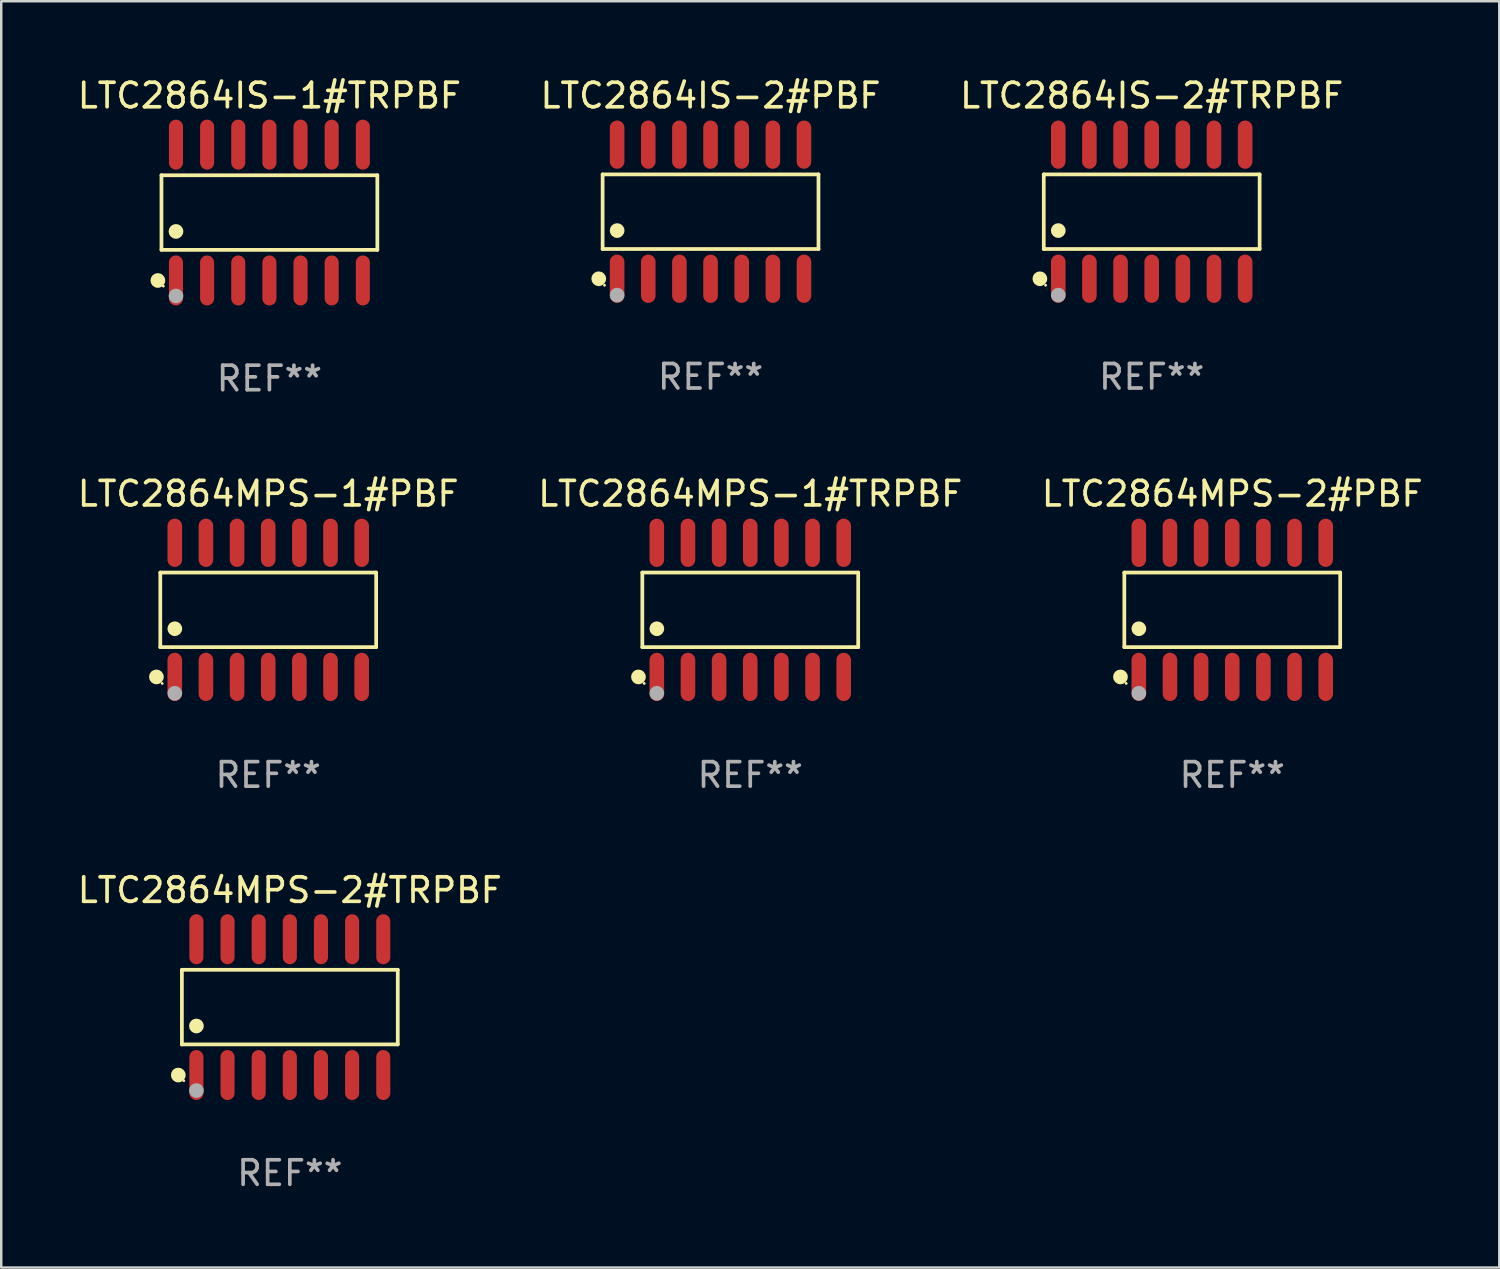
<source format=kicad_pcb>
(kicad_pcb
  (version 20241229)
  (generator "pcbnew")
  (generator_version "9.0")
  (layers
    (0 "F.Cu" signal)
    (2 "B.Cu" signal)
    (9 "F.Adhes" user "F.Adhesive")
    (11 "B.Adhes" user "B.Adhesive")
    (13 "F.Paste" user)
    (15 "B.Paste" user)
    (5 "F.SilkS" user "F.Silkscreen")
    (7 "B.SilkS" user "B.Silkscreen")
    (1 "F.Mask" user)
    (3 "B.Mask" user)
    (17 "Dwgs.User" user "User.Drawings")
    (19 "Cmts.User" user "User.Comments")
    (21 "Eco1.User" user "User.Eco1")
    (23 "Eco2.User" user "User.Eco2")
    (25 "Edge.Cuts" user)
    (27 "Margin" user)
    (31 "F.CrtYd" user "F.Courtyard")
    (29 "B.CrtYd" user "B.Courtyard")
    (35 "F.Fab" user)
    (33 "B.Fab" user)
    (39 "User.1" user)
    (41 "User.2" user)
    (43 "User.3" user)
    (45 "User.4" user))
  (footprint "LTC2864IS-2#PBF"
    (layer "F.Cu")
    (at 25.923 5.582)
    (property "Reference" "LTC2864IS-2#PBF" (at 0 -4.734 0) (layer "F.SilkS") (effects (font (size 1 1) (thickness 0.15))))
    (attr through_hole)
    (fp_line (start -4.401 -1.521) (end 4.401 -1.521) (stroke (width 0.152) (type solid)) (layer "F.SilkS"))
    (fp_line (start -4.401 1.521) (end -4.401 -1.521) (stroke (width 0.152) (type solid)) (layer "F.SilkS"))
    (fp_line (start 4.401 -1.521) (end 4.401 1.521) (stroke (width 0.152) (type solid)) (layer "F.SilkS"))
    (fp_line (start 4.401 1.521) (end -4.401 1.521) (stroke (width 0.152) (type solid)) (layer "F.SilkS"))
    (fp_circle (center -4.56 2.734) (end -4.41 2.734) (stroke (width 0.3) (type solid)) (fill no) (layer "F.SilkS"))
    (fp_circle (center -4.325 3) (end -4.295 3) (stroke (width 0.06) (type solid)) (fill no) (layer "F.SilkS"))
    (fp_circle (center -3.81 0.769) (end -3.66 0.769) (stroke (width 0.3) (type solid)) (fill no) (layer "F.SilkS"))
    (fp_circle (center -3.81 3.4) (end -3.66 3.4) (stroke (width 0.3) (type solid)) (fill no) (layer "F.Fab"))
    (fp_text user "REF**" (at 0 6.734 0) (layer "F.Fab") (effects (font (size 1 1) (thickness 0.15))))
    (pad "1" smd oval (at -3.81 2.734) (size 0.595 1.968) (layers "F.Cu" "F.Mask" "F.Paste"))
    (pad "2" smd oval (at -2.54 2.734) (size 0.595 1.968) (layers "F.Cu" "F.Mask" "F.Paste"))
    (pad "3" smd oval (at -1.27 2.734) (size 0.595 1.968) (layers "F.Cu" "F.Mask" "F.Paste"))
    (pad "4" smd oval (at 0 2.734) (size 0.595 1.968) (layers "F.Cu" "F.Mask" "F.Paste"))
    (pad "5" smd oval (at 1.27 2.734) (size 0.595 1.968) (layers "F.Cu" "F.Mask" "F.Paste"))
    (pad "6" smd oval (at 2.54 2.734) (size 0.595 1.968) (layers "F.Cu" "F.Mask" "F.Paste"))
    (pad "7" smd oval (at 3.81 2.734) (size 0.595 1.968) (layers "F.Cu" "F.Mask" "F.Paste"))
    (pad "8" smd oval (at 3.81 -2.734) (size 0.595 1.968) (layers "F.Cu" "F.Mask" "F.Paste"))
    (pad "9" smd oval (at 2.54 -2.734) (size 0.595 1.968) (layers "F.Cu" "F.Mask" "F.Paste"))
    (pad "10" smd oval (at 1.27 -2.734) (size 0.595 1.968) (layers "F.Cu" "F.Mask" "F.Paste"))
    (pad "11" smd oval (at 0 -2.734) (size 0.595 1.968) (layers "F.Cu" "F.Mask" "F.Paste"))
    (pad "12" smd oval (at -1.27 -2.734) (size 0.595 1.968) (layers "F.Cu" "F.Mask" "F.Paste"))
    (pad "13" smd oval (at -2.54 -2.734) (size 0.595 1.968) (layers "F.Cu" "F.Mask" "F.Paste"))
    (pad "14" smd oval (at -3.81 -2.734) (size 0.595 1.968) (layers "F.Cu" "F.Mask" "F.Paste")))
  (footprint "LTC2864MPS-2#TRPBF"
    (layer "F.Cu")
    (at 8.768 38.016)
    (property "Reference" "LTC2864MPS-2#TRPBF" (at 0 -4.769 0) (layer "F.SilkS") (effects (font (size 1 1) (thickness 0.15))))
    (attr through_hole)
    (fp_line (start -4.401 -1.521) (end 4.401 -1.521) (stroke (width 0.152) (type solid)) (layer "F.SilkS"))
    (fp_line (start -4.401 1.521) (end -4.401 -1.521) (stroke (width 0.152) (type solid)) (layer "F.SilkS"))
    (fp_line (start 4.401 -1.521) (end 4.401 1.521) (stroke (width 0.152) (type solid)) (layer "F.SilkS"))
    (fp_line (start 4.401 1.521) (end -4.401 1.521) (stroke (width 0.152) (type solid)) (layer "F.SilkS"))
    (fp_circle (center -4.549 2.769) (end -4.399 2.769) (stroke (width 0.3) (type solid)) (fill no) (layer "F.SilkS"))
    (fp_circle (center -4.325 3) (end -4.295 3) (stroke (width 0.06) (type solid)) (fill no) (layer "F.SilkS"))
    (fp_circle (center -3.81 0.769) (end -3.66 0.769) (stroke (width 0.3) (type solid)) (fill no) (layer "F.SilkS"))
    (fp_circle (center -3.81 3.4) (end -3.66 3.4) (stroke (width 0.3) (type solid)) (fill no) (layer "F.Fab"))
    (fp_text user "REF**" (at 0 6.769 0) (layer "F.Fab") (effects (font (size 1 1) (thickness 0.15))))
    (pad "1" smd oval (at -3.81 2.769) (size 0.574 2.038) (layers "F.Cu" "F.Mask" "F.Paste"))
    (pad "2" smd oval (at -2.54 2.769) (size 0.574 2.038) (layers "F.Cu" "F.Mask" "F.Paste"))
    (pad "3" smd oval (at -1.27 2.769) (size 0.574 2.038) (layers "F.Cu" "F.Mask" "F.Paste"))
    (pad "4" smd oval (at 0 2.769) (size 0.574 2.038) (layers "F.Cu" "F.Mask" "F.Paste"))
    (pad "5" smd oval (at 1.27 2.769) (size 0.574 2.038) (layers "F.Cu" "F.Mask" "F.Paste"))
    (pad "6" smd oval (at 2.54 2.769) (size 0.574 2.038) (layers "F.Cu" "F.Mask" "F.Paste"))
    (pad "7" smd oval (at 3.81 2.769) (size 0.574 2.038) (layers "F.Cu" "F.Mask" "F.Paste"))
    (pad "8" smd oval (at 3.81 -2.769) (size 0.574 2.038) (layers "F.Cu" "F.Mask" "F.Paste"))
    (pad "9" smd oval (at 2.54 -2.769) (size 0.574 2.038) (layers "F.Cu" "F.Mask" "F.Paste"))
    (pad "10" smd oval (at 1.27 -2.769) (size 0.574 2.038) (layers "F.Cu" "F.Mask" "F.Paste"))
    (pad "11" smd oval (at 0 -2.769) (size 0.574 2.038) (layers "F.Cu" "F.Mask" "F.Paste"))
    (pad "12" smd oval (at -1.27 -2.769) (size 0.574 2.038) (layers "F.Cu" "F.Mask" "F.Paste"))
    (pad "13" smd oval (at -2.54 -2.769) (size 0.574 2.038) (layers "F.Cu" "F.Mask" "F.Paste"))
    (pad "14" smd oval (at -3.81 -2.769) (size 0.574 2.038) (layers "F.Cu" "F.Mask" "F.Paste")))
  (footprint "LTC2864IS-2#TRPBF"
    (layer "F.Cu")
    (at 43.911 5.582)
    (property "Reference" "LTC2864IS-2#TRPBF" (at 0 -4.734 0) (layer "F.SilkS") (effects (font (size 1 1) (thickness 0.15))))
    (attr through_hole)
    (fp_line (start -4.401 -1.521) (end 4.401 -1.521) (stroke (width 0.152) (type solid)) (layer "F.SilkS"))
    (fp_line (start -4.401 1.521) (end -4.401 -1.521) (stroke (width 0.152) (type solid)) (layer "F.SilkS"))
    (fp_line (start 4.401 -1.521) (end 4.401 1.521) (stroke (width 0.152) (type solid)) (layer "F.SilkS"))
    (fp_line (start 4.401 1.521) (end -4.401 1.521) (stroke (width 0.152) (type solid)) (layer "F.SilkS"))
    (fp_circle (center -4.56 2.734) (end -4.41 2.734) (stroke (width 0.3) (type solid)) (fill no) (layer "F.SilkS"))
    (fp_circle (center -4.325 3) (end -4.295 3) (stroke (width 0.06) (type solid)) (fill no) (layer "F.SilkS"))
    (fp_circle (center -3.81 0.769) (end -3.66 0.769) (stroke (width 0.3) (type solid)) (fill no) (layer "F.SilkS"))
    (fp_circle (center -3.81 3.4) (end -3.66 3.4) (stroke (width 0.3) (type solid)) (fill no) (layer "F.Fab"))
    (fp_text user "REF**" (at 0 6.734 0) (layer "F.Fab") (effects (font (size 1 1) (thickness 0.15))))
    (pad "1" smd oval (at -3.81 2.734) (size 0.595 1.968) (layers "F.Cu" "F.Mask" "F.Paste"))
    (pad "2" smd oval (at -2.54 2.734) (size 0.595 1.968) (layers "F.Cu" "F.Mask" "F.Paste"))
    (pad "3" smd oval (at -1.27 2.734) (size 0.595 1.968) (layers "F.Cu" "F.Mask" "F.Paste"))
    (pad "4" smd oval (at 0 2.734) (size 0.595 1.968) (layers "F.Cu" "F.Mask" "F.Paste"))
    (pad "5" smd oval (at 1.27 2.734) (size 0.595 1.968) (layers "F.Cu" "F.Mask" "F.Paste"))
    (pad "6" smd oval (at 2.54 2.734) (size 0.595 1.968) (layers "F.Cu" "F.Mask" "F.Paste"))
    (pad "7" smd oval (at 3.81 2.734) (size 0.595 1.968) (layers "F.Cu" "F.Mask" "F.Paste"))
    (pad "8" smd oval (at 3.81 -2.734) (size 0.595 1.968) (layers "F.Cu" "F.Mask" "F.Paste"))
    (pad "9" smd oval (at 2.54 -2.734) (size 0.595 1.968) (layers "F.Cu" "F.Mask" "F.Paste"))
    (pad "10" smd oval (at 1.27 -2.734) (size 0.595 1.968) (layers "F.Cu" "F.Mask" "F.Paste"))
    (pad "11" smd oval (at 0 -2.734) (size 0.595 1.968) (layers "F.Cu" "F.Mask" "F.Paste"))
    (pad "12" smd oval (at -1.27 -2.734) (size 0.595 1.968) (layers "F.Cu" "F.Mask" "F.Paste"))
    (pad "13" smd oval (at -2.54 -2.734) (size 0.595 1.968) (layers "F.Cu" "F.Mask" "F.Paste"))
    (pad "14" smd oval (at -3.81 -2.734) (size 0.595 1.968) (layers "F.Cu" "F.Mask" "F.Paste")))
  (footprint "LTC2864MPS-1#TRPBF"
    (layer "F.Cu")
    (at 27.542 21.817)
    (property "Reference" "LTC2864MPS-1#TRPBF" (at 0 -4.734 0) (layer "F.SilkS") (effects (font (size 1 1) (thickness 0.15))))
    (attr through_hole)
    (fp_line (start -4.401 -1.521) (end 4.401 -1.521) (stroke (width 0.152) (type solid)) (layer "F.SilkS"))
    (fp_line (start -4.401 1.521) (end -4.401 -1.521) (stroke (width 0.152) (type solid)) (layer "F.SilkS"))
    (fp_line (start 4.401 -1.521) (end 4.401 1.521) (stroke (width 0.152) (type solid)) (layer "F.SilkS"))
    (fp_line (start 4.401 1.521) (end -4.401 1.521) (stroke (width 0.152) (type solid)) (layer "F.SilkS"))
    (fp_circle (center -4.56 2.734) (end -4.41 2.734) (stroke (width 0.3) (type solid)) (fill no) (layer "F.SilkS"))
    (fp_circle (center -4.325 3) (end -4.295 3) (stroke (width 0.06) (type solid)) (fill no) (layer "F.SilkS"))
    (fp_circle (center -3.81 0.769) (end -3.66 0.769) (stroke (width 0.3) (type solid)) (fill no) (layer "F.SilkS"))
    (fp_circle (center -3.81 3.4) (end -3.66 3.4) (stroke (width 0.3) (type solid)) (fill no) (layer "F.Fab"))
    (fp_text user "REF**" (at 0 6.734 0) (layer "F.Fab") (effects (font (size 1 1) (thickness 0.15))))
    (pad "1" smd oval (at -3.81 2.734) (size 0.595 1.968) (layers "F.Cu" "F.Mask" "F.Paste"))
    (pad "2" smd oval (at -2.54 2.734) (size 0.595 1.968) (layers "F.Cu" "F.Mask" "F.Paste"))
    (pad "3" smd oval (at -1.27 2.734) (size 0.595 1.968) (layers "F.Cu" "F.Mask" "F.Paste"))
    (pad "4" smd oval (at 0 2.734) (size 0.595 1.968) (layers "F.Cu" "F.Mask" "F.Paste"))
    (pad "5" smd oval (at 1.27 2.734) (size 0.595 1.968) (layers "F.Cu" "F.Mask" "F.Paste"))
    (pad "6" smd oval (at 2.54 2.734) (size 0.595 1.968) (layers "F.Cu" "F.Mask" "F.Paste"))
    (pad "7" smd oval (at 3.81 2.734) (size 0.595 1.968) (layers "F.Cu" "F.Mask" "F.Paste"))
    (pad "8" smd oval (at 3.81 -2.734) (size 0.595 1.968) (layers "F.Cu" "F.Mask" "F.Paste"))
    (pad "9" smd oval (at 2.54 -2.734) (size 0.595 1.968) (layers "F.Cu" "F.Mask" "F.Paste"))
    (pad "10" smd oval (at 1.27 -2.734) (size 0.595 1.968) (layers "F.Cu" "F.Mask" "F.Paste"))
    (pad "11" smd oval (at 0 -2.734) (size 0.595 1.968) (layers "F.Cu" "F.Mask" "F.Paste"))
    (pad "12" smd oval (at -1.27 -2.734) (size 0.595 1.968) (layers "F.Cu" "F.Mask" "F.Paste"))
    (pad "13" smd oval (at -2.54 -2.734) (size 0.595 1.968) (layers "F.Cu" "F.Mask" "F.Paste"))
    (pad "14" smd oval (at -3.81 -2.734) (size 0.595 1.968) (layers "F.Cu" "F.Mask" "F.Paste")))
  (footprint "LTC2864IS-1#TRPBF"
    (layer "F.Cu")
    (at 7.935 5.617)
    (property "Reference" "LTC2864IS-1#TRPBF" (at 0 -4.769 0) (layer "F.SilkS") (effects (font (size 1 1) (thickness 0.15))))
    (attr through_hole)
    (fp_line (start -4.401 -1.521) (end 4.401 -1.521) (stroke (width 0.152) (type solid)) (layer "F.SilkS"))
    (fp_line (start -4.401 1.521) (end -4.401 -1.521) (stroke (width 0.152) (type solid)) (layer "F.SilkS"))
    (fp_line (start 4.401 -1.521) (end 4.401 1.521) (stroke (width 0.152) (type solid)) (layer "F.SilkS"))
    (fp_line (start 4.401 1.521) (end -4.401 1.521) (stroke (width 0.152) (type solid)) (layer "F.SilkS"))
    (fp_circle (center -4.549 2.769) (end -4.399 2.769) (stroke (width 0.3) (type solid)) (fill no) (layer "F.SilkS"))
    (fp_circle (center -4.325 3) (end -4.295 3) (stroke (width 0.06) (type solid)) (fill no) (layer "F.SilkS"))
    (fp_circle (center -3.81 0.769) (end -3.66 0.769) (stroke (width 0.3) (type solid)) (fill no) (layer "F.SilkS"))
    (fp_circle (center -3.81 3.4) (end -3.66 3.4) (stroke (width 0.3) (type solid)) (fill no) (layer "F.Fab"))
    (fp_text user "REF**" (at 0 6.769 0) (layer "F.Fab") (effects (font (size 1 1) (thickness 0.15))))
    (pad "1" smd oval (at -3.81 2.769) (size 0.574 2.038) (layers "F.Cu" "F.Mask" "F.Paste"))
    (pad "2" smd oval (at -2.54 2.769) (size 0.574 2.038) (layers "F.Cu" "F.Mask" "F.Paste"))
    (pad "3" smd oval (at -1.27 2.769) (size 0.574 2.038) (layers "F.Cu" "F.Mask" "F.Paste"))
    (pad "4" smd oval (at 0 2.769) (size 0.574 2.038) (layers "F.Cu" "F.Mask" "F.Paste"))
    (pad "5" smd oval (at 1.27 2.769) (size 0.574 2.038) (layers "F.Cu" "F.Mask" "F.Paste"))
    (pad "6" smd oval (at 2.54 2.769) (size 0.574 2.038) (layers "F.Cu" "F.Mask" "F.Paste"))
    (pad "7" smd oval (at 3.81 2.769) (size 0.574 2.038) (layers "F.Cu" "F.Mask" "F.Paste"))
    (pad "8" smd oval (at 3.81 -2.769) (size 0.574 2.038) (layers "F.Cu" "F.Mask" "F.Paste"))
    (pad "9" smd oval (at 2.54 -2.769) (size 0.574 2.038) (layers "F.Cu" "F.Mask" "F.Paste"))
    (pad "10" smd oval (at 1.27 -2.769) (size 0.574 2.038) (layers "F.Cu" "F.Mask" "F.Paste"))
    (pad "11" smd oval (at 0 -2.769) (size 0.574 2.038) (layers "F.Cu" "F.Mask" "F.Paste"))
    (pad "12" smd oval (at -1.27 -2.769) (size 0.574 2.038) (layers "F.Cu" "F.Mask" "F.Paste"))
    (pad "13" smd oval (at -2.54 -2.769) (size 0.574 2.038) (layers "F.Cu" "F.Mask" "F.Paste"))
    (pad "14" smd oval (at -3.81 -2.769) (size 0.574 2.038) (layers "F.Cu" "F.Mask" "F.Paste")))
  (footprint "LTC2864MPS-2#PBF"
    (layer "F.Cu")
    (at 47.196 21.817)
    (property "Reference" "LTC2864MPS-2#PBF" (at 0 -4.734 0) (layer "F.SilkS") (effects (font (size 1 1) (thickness 0.15))))
    (attr through_hole)
    (fp_line (start -4.401 -1.521) (end 4.401 -1.521) (stroke (width 0.152) (type solid)) (layer "F.SilkS"))
    (fp_line (start -4.401 1.521) (end -4.401 -1.521) (stroke (width 0.152) (type solid)) (layer "F.SilkS"))
    (fp_line (start 4.401 -1.521) (end 4.401 1.521) (stroke (width 0.152) (type solid)) (layer "F.SilkS"))
    (fp_line (start 4.401 1.521) (end -4.401 1.521) (stroke (width 0.152) (type solid)) (layer "F.SilkS"))
    (fp_circle (center -4.56 2.734) (end -4.41 2.734) (stroke (width 0.3) (type solid)) (fill no) (layer "F.SilkS"))
    (fp_circle (center -4.325 3) (end -4.295 3) (stroke (width 0.06) (type solid)) (fill no) (layer "F.SilkS"))
    (fp_circle (center -3.81 0.769) (end -3.66 0.769) (stroke (width 0.3) (type solid)) (fill no) (layer "F.SilkS"))
    (fp_circle (center -3.81 3.4) (end -3.66 3.4) (stroke (width 0.3) (type solid)) (fill no) (layer "F.Fab"))
    (fp_text user "REF**" (at 0 6.734 0) (layer "F.Fab") (effects (font (size 1 1) (thickness 0.15))))
    (pad "1" smd oval (at -3.81 2.734) (size 0.595 1.968) (layers "F.Cu" "F.Mask" "F.Paste"))
    (pad "2" smd oval (at -2.54 2.734) (size 0.595 1.968) (layers "F.Cu" "F.Mask" "F.Paste"))
    (pad "3" smd oval (at -1.27 2.734) (size 0.595 1.968) (layers "F.Cu" "F.Mask" "F.Paste"))
    (pad "4" smd oval (at 0 2.734) (size 0.595 1.968) (layers "F.Cu" "F.Mask" "F.Paste"))
    (pad "5" smd oval (at 1.27 2.734) (size 0.595 1.968) (layers "F.Cu" "F.Mask" "F.Paste"))
    (pad "6" smd oval (at 2.54 2.734) (size 0.595 1.968) (layers "F.Cu" "F.Mask" "F.Paste"))
    (pad "7" smd oval (at 3.81 2.734) (size 0.595 1.968) (layers "F.Cu" "F.Mask" "F.Paste"))
    (pad "8" smd oval (at 3.81 -2.734) (size 0.595 1.968) (layers "F.Cu" "F.Mask" "F.Paste"))
    (pad "9" smd oval (at 2.54 -2.734) (size 0.595 1.968) (layers "F.Cu" "F.Mask" "F.Paste"))
    (pad "10" smd oval (at 1.27 -2.734) (size 0.595 1.968) (layers "F.Cu" "F.Mask" "F.Paste"))
    (pad "11" smd oval (at 0 -2.734) (size 0.595 1.968) (layers "F.Cu" "F.Mask" "F.Paste"))
    (pad "12" smd oval (at -1.27 -2.734) (size 0.595 1.968) (layers "F.Cu" "F.Mask" "F.Paste"))
    (pad "13" smd oval (at -2.54 -2.734) (size 0.595 1.968) (layers "F.Cu" "F.Mask" "F.Paste"))
    (pad "14" smd oval (at -3.81 -2.734) (size 0.595 1.968) (layers "F.Cu" "F.Mask" "F.Paste")))
  (footprint "LTC2864MPS-1#PBF"
    (layer "F.Cu")
    (at 7.887 21.817)
    (property "Reference" "LTC2864MPS-1#PBF" (at 0 -4.734 0) (layer "F.SilkS") (effects (font (size 1 1) (thickness 0.15))))
    (attr through_hole)
    (fp_line (start -4.401 -1.521) (end 4.401 -1.521) (stroke (width 0.152) (type solid)) (layer "F.SilkS"))
    (fp_line (start -4.401 1.521) (end -4.401 -1.521) (stroke (width 0.152) (type solid)) (layer "F.SilkS"))
    (fp_line (start 4.401 -1.521) (end 4.401 1.521) (stroke (width 0.152) (type solid)) (layer "F.SilkS"))
    (fp_line (start 4.401 1.521) (end -4.401 1.521) (stroke (width 0.152) (type solid)) (layer "F.SilkS"))
    (fp_circle (center -4.56 2.734) (end -4.41 2.734) (stroke (width 0.3) (type solid)) (fill no) (layer "F.SilkS"))
    (fp_circle (center -4.325 3) (end -4.295 3) (stroke (width 0.06) (type solid)) (fill no) (layer "F.SilkS"))
    (fp_circle (center -3.81 0.769) (end -3.66 0.769) (stroke (width 0.3) (type solid)) (fill no) (layer "F.SilkS"))
    (fp_circle (center -3.81 3.4) (end -3.66 3.4) (stroke (width 0.3) (type solid)) (fill no) (layer "F.Fab"))
    (fp_text user "REF**" (at 0 6.734 0) (layer "F.Fab") (effects (font (size 1 1) (thickness 0.15))))
    (pad "1" smd oval (at -3.81 2.734) (size 0.595 1.968) (layers "F.Cu" "F.Mask" "F.Paste"))
    (pad "2" smd oval (at -2.54 2.734) (size 0.595 1.968) (layers "F.Cu" "F.Mask" "F.Paste"))
    (pad "3" smd oval (at -1.27 2.734) (size 0.595 1.968) (layers "F.Cu" "F.Mask" "F.Paste"))
    (pad "4" smd oval (at 0 2.734) (size 0.595 1.968) (layers "F.Cu" "F.Mask" "F.Paste"))
    (pad "5" smd oval (at 1.27 2.734) (size 0.595 1.968) (layers "F.Cu" "F.Mask" "F.Paste"))
    (pad "6" smd oval (at 2.54 2.734) (size 0.595 1.968) (layers "F.Cu" "F.Mask" "F.Paste"))
    (pad "7" smd oval (at 3.81 2.734) (size 0.595 1.968) (layers "F.Cu" "F.Mask" "F.Paste"))
    (pad "8" smd oval (at 3.81 -2.734) (size 0.595 1.968) (layers "F.Cu" "F.Mask" "F.Paste"))
    (pad "9" smd oval (at 2.54 -2.734) (size 0.595 1.968) (layers "F.Cu" "F.Mask" "F.Paste"))
    (pad "10" smd oval (at 1.27 -2.734) (size 0.595 1.968) (layers "F.Cu" "F.Mask" "F.Paste"))
    (pad "11" smd oval (at 0 -2.734) (size 0.595 1.968) (layers "F.Cu" "F.Mask" "F.Paste"))
    (pad "12" smd oval (at -1.27 -2.734) (size 0.595 1.968) (layers "F.Cu" "F.Mask" "F.Paste"))
    (pad "13" smd oval (at -2.54 -2.734) (size 0.595 1.968) (layers "F.Cu" "F.Mask" "F.Paste"))
    (pad "14" smd oval (at -3.81 -2.734) (size 0.595 1.968) (layers "F.Cu" "F.Mask" "F.Paste")))
  (gr_rect
    (start -3 -3)
    (end 58.083 48.634)
    (stroke (width 0.1) (type default))
    (fill no)
    (layer "Edge.Cuts")))
</source>
